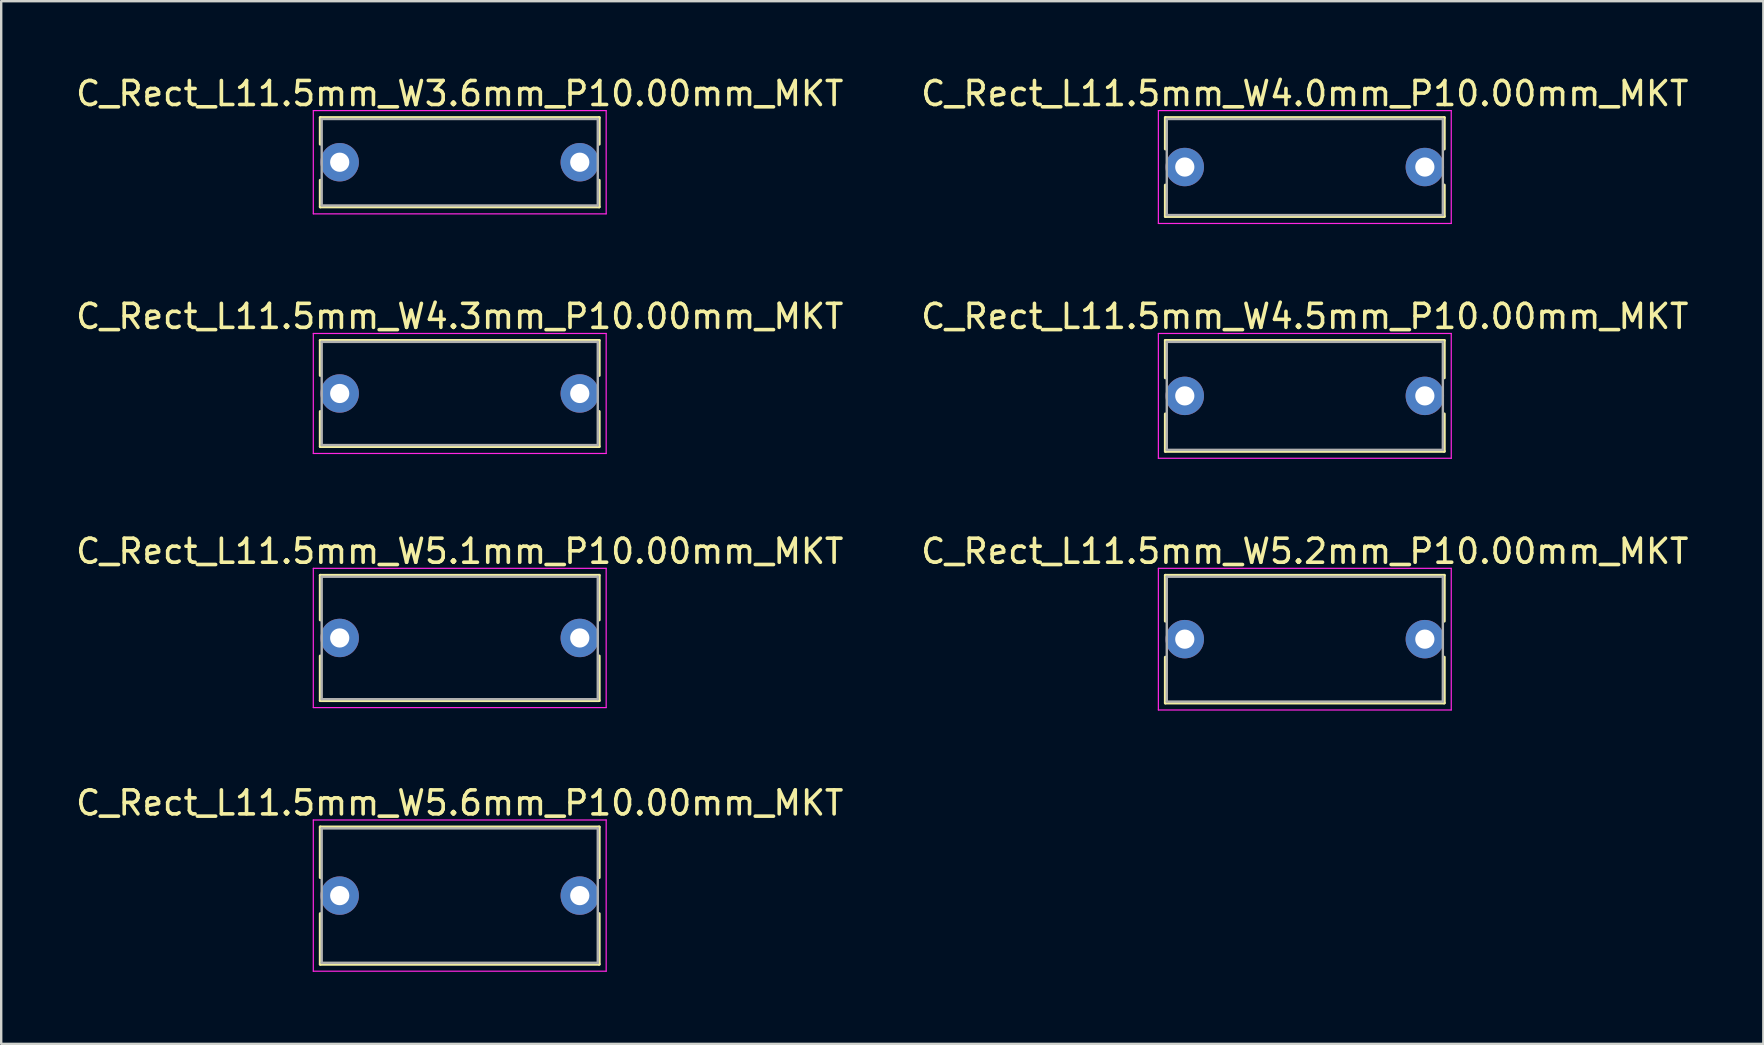
<source format=kicad_pcb>
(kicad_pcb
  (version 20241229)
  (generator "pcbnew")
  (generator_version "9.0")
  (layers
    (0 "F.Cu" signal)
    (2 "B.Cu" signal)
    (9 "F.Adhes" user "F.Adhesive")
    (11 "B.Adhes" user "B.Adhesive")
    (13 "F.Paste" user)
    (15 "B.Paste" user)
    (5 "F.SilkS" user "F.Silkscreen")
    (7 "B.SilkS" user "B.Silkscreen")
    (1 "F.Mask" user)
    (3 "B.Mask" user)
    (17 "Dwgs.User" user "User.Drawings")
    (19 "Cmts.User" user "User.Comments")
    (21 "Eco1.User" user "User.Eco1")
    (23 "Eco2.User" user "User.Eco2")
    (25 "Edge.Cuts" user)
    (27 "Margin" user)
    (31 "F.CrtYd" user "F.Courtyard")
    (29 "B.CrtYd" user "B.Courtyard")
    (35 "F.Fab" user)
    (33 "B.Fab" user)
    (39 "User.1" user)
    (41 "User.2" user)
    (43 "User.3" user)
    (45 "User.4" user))
  (footprint "C_Rect_L11.5mm_W5.6mm_P10.00mm_MKT"
    (layer "F.Cu")
    (at 11.101 34.258)
    (property "Reference" "C_Rect_L11.5mm_W5.6mm_P10.00mm_MKT" (at 5 -3.86 0) (layer "F.SilkS") (effects (font (size 1 1) (thickness 0.15))))
    (attr through_hole)
    (fp_line (start -0.81 -2.86) (end -0.81 -0.75) (stroke (width 0.12) (type solid)) (layer "F.SilkS"))
    (fp_line (start -0.81 -2.86) (end 10.81 -2.86) (stroke (width 0.12) (type solid)) (layer "F.SilkS"))
    (fp_line (start -0.81 0.75) (end -0.81 2.86) (stroke (width 0.12) (type solid)) (layer "F.SilkS"))
    (fp_line (start -0.81 2.86) (end 10.81 2.86) (stroke (width 0.12) (type solid)) (layer "F.SilkS"))
    (fp_line (start 10.81 -2.86) (end 10.81 -0.75) (stroke (width 0.12) (type solid)) (layer "F.SilkS"))
    (fp_line (start 10.81 0.75) (end 10.81 2.86) (stroke (width 0.12) (type solid)) (layer "F.SilkS"))
    (fp_line (start -1.1 -3.15) (end -1.1 3.15) (stroke (width 0.05) (type solid)) (layer "F.CrtYd"))
    (fp_line (start -1.1 3.15) (end 11.1 3.15) (stroke (width 0.05) (type solid)) (layer "F.CrtYd"))
    (fp_line (start 11.1 -3.15) (end -1.1 -3.15) (stroke (width 0.05) (type solid)) (layer "F.CrtYd"))
    (fp_line (start 11.1 3.15) (end 11.1 -3.15) (stroke (width 0.05) (type solid)) (layer "F.CrtYd"))
    (fp_line (start -0.75 -2.8) (end -0.75 2.8) (stroke (width 0.1) (type solid)) (layer "F.Fab"))
    (fp_line (start -0.75 2.8) (end 10.75 2.8) (stroke (width 0.1) (type solid)) (layer "F.Fab"))
    (fp_line (start 10.75 -2.8) (end -0.75 -2.8) (stroke (width 0.1) (type solid)) (layer "F.Fab"))
    (fp_line (start 10.75 2.8) (end 10.75 -2.8) (stroke (width 0.1) (type solid)) (layer "F.Fab"))
    (pad "1" thru_hole circle (at 0 0) (size 1.6 1.6) (drill 0.8) (layers "*.Cu" "*.Mask"))
    (pad "2" thru_hole circle (at 10 0) (size 1.6 1.6) (drill 0.8) (layers "*.Cu" "*.Mask")))
  (footprint "C_Rect_L11.5mm_W3.6mm_P10.00mm_MKT"
    (layer "F.Cu")
    (at 11.101 3.708)
    (property "Reference" "C_Rect_L11.5mm_W3.6mm_P10.00mm_MKT" (at 5 -2.86 0) (layer "F.SilkS") (effects (font (size 1 1) (thickness 0.15))))
    (attr through_hole)
    (fp_line (start -0.81 -1.86) (end -0.81 -0.75) (stroke (width 0.12) (type solid)) (layer "F.SilkS"))
    (fp_line (start -0.81 -1.86) (end 10.81 -1.86) (stroke (width 0.12) (type solid)) (layer "F.SilkS"))
    (fp_line (start -0.81 0.75) (end -0.81 1.86) (stroke (width 0.12) (type solid)) (layer "F.SilkS"))
    (fp_line (start -0.81 1.86) (end 10.81 1.86) (stroke (width 0.12) (type solid)) (layer "F.SilkS"))
    (fp_line (start 10.81 -1.86) (end 10.81 -0.75) (stroke (width 0.12) (type solid)) (layer "F.SilkS"))
    (fp_line (start 10.81 0.75) (end 10.81 1.86) (stroke (width 0.12) (type solid)) (layer "F.SilkS"))
    (fp_line (start -1.1 -2.15) (end -1.1 2.15) (stroke (width 0.05) (type solid)) (layer "F.CrtYd"))
    (fp_line (start -1.1 2.15) (end 11.1 2.15) (stroke (width 0.05) (type solid)) (layer "F.CrtYd"))
    (fp_line (start 11.1 -2.15) (end -1.1 -2.15) (stroke (width 0.05) (type solid)) (layer "F.CrtYd"))
    (fp_line (start 11.1 2.15) (end 11.1 -2.15) (stroke (width 0.05) (type solid)) (layer "F.CrtYd"))
    (fp_line (start -0.75 -1.8) (end -0.75 1.8) (stroke (width 0.1) (type solid)) (layer "F.Fab"))
    (fp_line (start -0.75 1.8) (end 10.75 1.8) (stroke (width 0.1) (type solid)) (layer "F.Fab"))
    (fp_line (start 10.75 -1.8) (end -0.75 -1.8) (stroke (width 0.1) (type solid)) (layer "F.Fab"))
    (fp_line (start 10.75 1.8) (end 10.75 -1.8) (stroke (width 0.1) (type solid)) (layer "F.Fab"))
    (pad "1" thru_hole circle (at 0 0) (size 1.6 1.6) (drill 0.8) (layers "*.Cu" "*.Mask"))
    (pad "2" thru_hole circle (at 10 0) (size 1.6 1.6) (drill 0.8) (layers "*.Cu" "*.Mask")))
  (footprint "C_Rect_L11.5mm_W5.1mm_P10.00mm_MKT"
    (layer "F.Cu")
    (at 11.101 23.525)
    (property "Reference" "C_Rect_L11.5mm_W5.1mm_P10.00mm_MKT" (at 5 -3.61 0) (layer "F.SilkS") (effects (font (size 1 1) (thickness 0.15))))
    (attr through_hole)
    (fp_line (start -0.81 -2.61) (end -0.81 -0.75) (stroke (width 0.12) (type solid)) (layer "F.SilkS"))
    (fp_line (start -0.81 -2.61) (end 10.81 -2.61) (stroke (width 0.12) (type solid)) (layer "F.SilkS"))
    (fp_line (start -0.81 0.75) (end -0.81 2.61) (stroke (width 0.12) (type solid)) (layer "F.SilkS"))
    (fp_line (start -0.81 2.61) (end 10.81 2.61) (stroke (width 0.12) (type solid)) (layer "F.SilkS"))
    (fp_line (start 10.81 -2.61) (end 10.81 -0.75) (stroke (width 0.12) (type solid)) (layer "F.SilkS"))
    (fp_line (start 10.81 0.75) (end 10.81 2.61) (stroke (width 0.12) (type solid)) (layer "F.SilkS"))
    (fp_line (start -1.1 -2.9) (end -1.1 2.9) (stroke (width 0.05) (type solid)) (layer "F.CrtYd"))
    (fp_line (start -1.1 2.9) (end 11.1 2.9) (stroke (width 0.05) (type solid)) (layer "F.CrtYd"))
    (fp_line (start 11.1 -2.9) (end -1.1 -2.9) (stroke (width 0.05) (type solid)) (layer "F.CrtYd"))
    (fp_line (start 11.1 2.9) (end 11.1 -2.9) (stroke (width 0.05) (type solid)) (layer "F.CrtYd"))
    (fp_line (start -0.75 -2.55) (end -0.75 2.55) (stroke (width 0.1) (type solid)) (layer "F.Fab"))
    (fp_line (start -0.75 2.55) (end 10.75 2.55) (stroke (width 0.1) (type solid)) (layer "F.Fab"))
    (fp_line (start 10.75 -2.55) (end -0.75 -2.55) (stroke (width 0.1) (type solid)) (layer "F.Fab"))
    (fp_line (start 10.75 2.55) (end 10.75 -2.55) (stroke (width 0.1) (type solid)) (layer "F.Fab"))
    (pad "1" thru_hole circle (at 0 0) (size 1.6 1.6) (drill 0.8) (layers "*.Cu" "*.Mask"))
    (pad "2" thru_hole circle (at 10 0) (size 1.6 1.6) (drill 0.8) (layers "*.Cu" "*.Mask")))
  (footprint "C_Rect_L11.5mm_W5.2mm_P10.00mm_MKT"
    (layer "F.Cu")
    (at 46.304 23.575)
    (property "Reference" "C_Rect_L11.5mm_W5.2mm_P10.00mm_MKT" (at 5 -3.66 0) (layer "F.SilkS") (effects (font (size 1 1) (thickness 0.15))))
    (attr through_hole)
    (fp_line (start -0.81 -2.66) (end -0.81 -0.75) (stroke (width 0.12) (type solid)) (layer "F.SilkS"))
    (fp_line (start -0.81 -2.66) (end 10.81 -2.66) (stroke (width 0.12) (type solid)) (layer "F.SilkS"))
    (fp_line (start -0.81 0.75) (end -0.81 2.66) (stroke (width 0.12) (type solid)) (layer "F.SilkS"))
    (fp_line (start -0.81 2.66) (end 10.81 2.66) (stroke (width 0.12) (type solid)) (layer "F.SilkS"))
    (fp_line (start 10.81 -2.66) (end 10.81 -0.75) (stroke (width 0.12) (type solid)) (layer "F.SilkS"))
    (fp_line (start 10.81 0.75) (end 10.81 2.66) (stroke (width 0.12) (type solid)) (layer "F.SilkS"))
    (fp_line (start -1.1 -2.95) (end -1.1 2.95) (stroke (width 0.05) (type solid)) (layer "F.CrtYd"))
    (fp_line (start -1.1 2.95) (end 11.1 2.95) (stroke (width 0.05) (type solid)) (layer "F.CrtYd"))
    (fp_line (start 11.1 -2.95) (end -1.1 -2.95) (stroke (width 0.05) (type solid)) (layer "F.CrtYd"))
    (fp_line (start 11.1 2.95) (end 11.1 -2.95) (stroke (width 0.05) (type solid)) (layer "F.CrtYd"))
    (fp_line (start -0.75 -2.6) (end -0.75 2.6) (stroke (width 0.1) (type solid)) (layer "F.Fab"))
    (fp_line (start -0.75 2.6) (end 10.75 2.6) (stroke (width 0.1) (type solid)) (layer "F.Fab"))
    (fp_line (start 10.75 -2.6) (end -0.75 -2.6) (stroke (width 0.1) (type solid)) (layer "F.Fab"))
    (fp_line (start 10.75 2.6) (end 10.75 -2.6) (stroke (width 0.1) (type solid)) (layer "F.Fab"))
    (pad "1" thru_hole circle (at 0 0) (size 1.6 1.6) (drill 0.8) (layers "*.Cu" "*.Mask"))
    (pad "2" thru_hole circle (at 10 0) (size 1.6 1.6) (drill 0.8) (layers "*.Cu" "*.Mask")))
  (footprint "C_Rect_L11.5mm_W4.0mm_P10.00mm_MKT"
    (layer "F.Cu")
    (at 46.304 3.908)
    (property "Reference" "C_Rect_L11.5mm_W4.0mm_P10.00mm_MKT" (at 5 -3.06 0) (layer "F.SilkS") (effects (font (size 1 1) (thickness 0.15))))
    (attr through_hole)
    (fp_line (start -0.81 -2.06) (end -0.81 -0.75) (stroke (width 0.12) (type solid)) (layer "F.SilkS"))
    (fp_line (start -0.81 -2.06) (end 10.81 -2.06) (stroke (width 0.12) (type solid)) (layer "F.SilkS"))
    (fp_line (start -0.81 0.75) (end -0.81 2.06) (stroke (width 0.12) (type solid)) (layer "F.SilkS"))
    (fp_line (start -0.81 2.06) (end 10.81 2.06) (stroke (width 0.12) (type solid)) (layer "F.SilkS"))
    (fp_line (start 10.81 -2.06) (end 10.81 -0.75) (stroke (width 0.12) (type solid)) (layer "F.SilkS"))
    (fp_line (start 10.81 0.75) (end 10.81 2.06) (stroke (width 0.12) (type solid)) (layer "F.SilkS"))
    (fp_line (start -1.1 -2.35) (end -1.1 2.35) (stroke (width 0.05) (type solid)) (layer "F.CrtYd"))
    (fp_line (start -1.1 2.35) (end 11.1 2.35) (stroke (width 0.05) (type solid)) (layer "F.CrtYd"))
    (fp_line (start 11.1 -2.35) (end -1.1 -2.35) (stroke (width 0.05) (type solid)) (layer "F.CrtYd"))
    (fp_line (start 11.1 2.35) (end 11.1 -2.35) (stroke (width 0.05) (type solid)) (layer "F.CrtYd"))
    (fp_line (start -0.75 -2) (end -0.75 2) (stroke (width 0.1) (type solid)) (layer "F.Fab"))
    (fp_line (start -0.75 2) (end 10.75 2) (stroke (width 0.1) (type solid)) (layer "F.Fab"))
    (fp_line (start 10.75 -2) (end -0.75 -2) (stroke (width 0.1) (type solid)) (layer "F.Fab"))
    (fp_line (start 10.75 2) (end 10.75 -2) (stroke (width 0.1) (type solid)) (layer "F.Fab"))
    (pad "1" thru_hole circle (at 0 0) (size 1.6 1.6) (drill 0.8) (layers "*.Cu" "*.Mask"))
    (pad "2" thru_hole circle (at 10 0) (size 1.6 1.6) (drill 0.8) (layers "*.Cu" "*.Mask")))
  (footprint "C_Rect_L11.5mm_W4.5mm_P10.00mm_MKT"
    (layer "F.Cu")
    (at 46.304 13.441)
    (property "Reference" "C_Rect_L11.5mm_W4.5mm_P10.00mm_MKT" (at 5 -3.31 0) (layer "F.SilkS") (effects (font (size 1 1) (thickness 0.15))))
    (attr through_hole)
    (fp_line (start -0.81 -2.31) (end -0.81 -0.75) (stroke (width 0.12) (type solid)) (layer "F.SilkS"))
    (fp_line (start -0.81 -2.31) (end 10.81 -2.31) (stroke (width 0.12) (type solid)) (layer "F.SilkS"))
    (fp_line (start -0.81 0.75) (end -0.81 2.31) (stroke (width 0.12) (type solid)) (layer "F.SilkS"))
    (fp_line (start -0.81 2.31) (end 10.81 2.31) (stroke (width 0.12) (type solid)) (layer "F.SilkS"))
    (fp_line (start 10.81 -2.31) (end 10.81 -0.75) (stroke (width 0.12) (type solid)) (layer "F.SilkS"))
    (fp_line (start 10.81 0.75) (end 10.81 2.31) (stroke (width 0.12) (type solid)) (layer "F.SilkS"))
    (fp_line (start -1.1 -2.6) (end -1.1 2.6) (stroke (width 0.05) (type solid)) (layer "F.CrtYd"))
    (fp_line (start -1.1 2.6) (end 11.1 2.6) (stroke (width 0.05) (type solid)) (layer "F.CrtYd"))
    (fp_line (start 11.1 -2.6) (end -1.1 -2.6) (stroke (width 0.05) (type solid)) (layer "F.CrtYd"))
    (fp_line (start 11.1 2.6) (end 11.1 -2.6) (stroke (width 0.05) (type solid)) (layer "F.CrtYd"))
    (fp_line (start -0.75 -2.25) (end -0.75 2.25) (stroke (width 0.1) (type solid)) (layer "F.Fab"))
    (fp_line (start -0.75 2.25) (end 10.75 2.25) (stroke (width 0.1) (type solid)) (layer "F.Fab"))
    (fp_line (start 10.75 -2.25) (end -0.75 -2.25) (stroke (width 0.1) (type solid)) (layer "F.Fab"))
    (fp_line (start 10.75 2.25) (end 10.75 -2.25) (stroke (width 0.1) (type solid)) (layer "F.Fab"))
    (pad "1" thru_hole circle (at 0 0) (size 1.6 1.6) (drill 0.8) (layers "*.Cu" "*.Mask"))
    (pad "2" thru_hole circle (at 10 0) (size 1.6 1.6) (drill 0.8) (layers "*.Cu" "*.Mask")))
  (footprint "C_Rect_L11.5mm_W4.3mm_P10.00mm_MKT"
    (layer "F.Cu")
    (at 11.101 13.341)
    (property "Reference" "C_Rect_L11.5mm_W4.3mm_P10.00mm_MKT" (at 5 -3.21 0) (layer "F.SilkS") (effects (font (size 1 1) (thickness 0.15))))
    (attr through_hole)
    (fp_line (start -0.81 -2.21) (end -0.81 -0.75) (stroke (width 0.12) (type solid)) (layer "F.SilkS"))
    (fp_line (start -0.81 -2.21) (end 10.81 -2.21) (stroke (width 0.12) (type solid)) (layer "F.SilkS"))
    (fp_line (start -0.81 0.75) (end -0.81 2.21) (stroke (width 0.12) (type solid)) (layer "F.SilkS"))
    (fp_line (start -0.81 2.21) (end 10.81 2.21) (stroke (width 0.12) (type solid)) (layer "F.SilkS"))
    (fp_line (start 10.81 -2.21) (end 10.81 -0.75) (stroke (width 0.12) (type solid)) (layer "F.SilkS"))
    (fp_line (start 10.81 0.75) (end 10.81 2.21) (stroke (width 0.12) (type solid)) (layer "F.SilkS"))
    (fp_line (start -1.1 -2.5) (end -1.1 2.5) (stroke (width 0.05) (type solid)) (layer "F.CrtYd"))
    (fp_line (start -1.1 2.5) (end 11.1 2.5) (stroke (width 0.05) (type solid)) (layer "F.CrtYd"))
    (fp_line (start 11.1 -2.5) (end -1.1 -2.5) (stroke (width 0.05) (type solid)) (layer "F.CrtYd"))
    (fp_line (start 11.1 2.5) (end 11.1 -2.5) (stroke (width 0.05) (type solid)) (layer "F.CrtYd"))
    (fp_line (start -0.75 -2.15) (end -0.75 2.15) (stroke (width 0.1) (type solid)) (layer "F.Fab"))
    (fp_line (start -0.75 2.15) (end 10.75 2.15) (stroke (width 0.1) (type solid)) (layer "F.Fab"))
    (fp_line (start 10.75 -2.15) (end -0.75 -2.15) (stroke (width 0.1) (type solid)) (layer "F.Fab"))
    (fp_line (start 10.75 2.15) (end 10.75 -2.15) (stroke (width 0.1) (type solid)) (layer "F.Fab"))
    (pad "1" thru_hole circle (at 0 0) (size 1.6 1.6) (drill 0.8) (layers "*.Cu" "*.Mask"))
    (pad "2" thru_hole circle (at 10 0) (size 1.6 1.6) (drill 0.8) (layers "*.Cu" "*.Mask")))
  (gr_rect
    (start -3 -3)
    (end 70.405 40.433)
    (stroke (width 0.1) (type default))
    (fill no)
    (layer "Edge.Cuts")))
</source>
